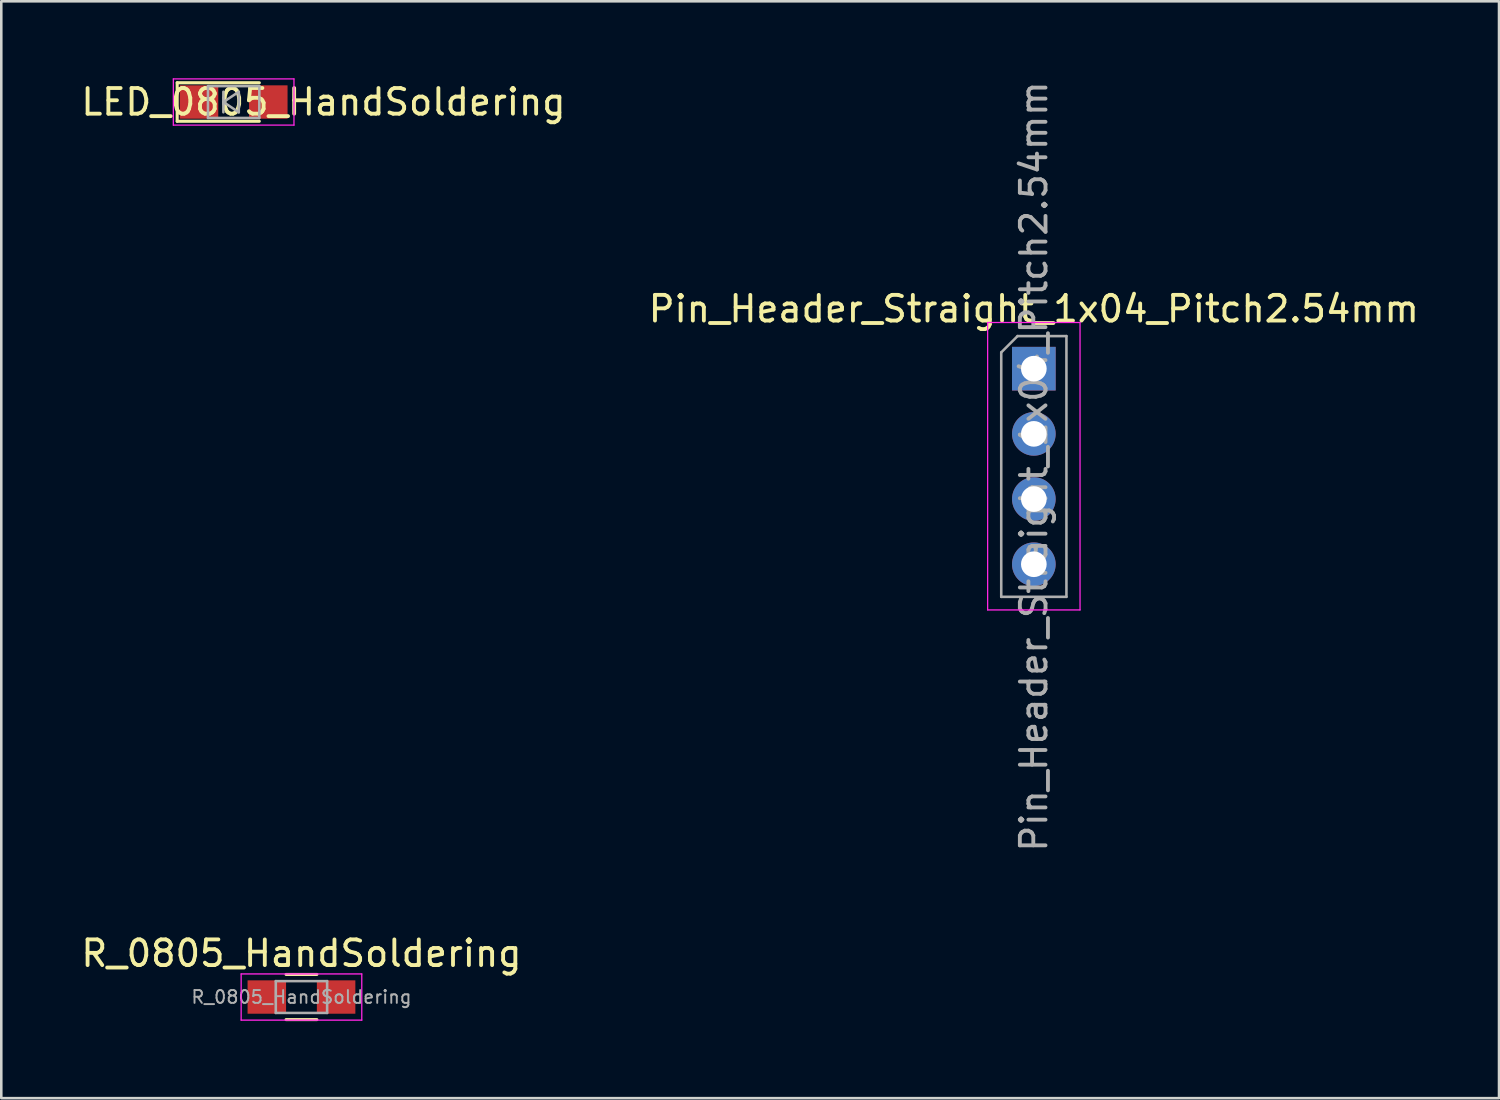
<source format=kicad_pcb>
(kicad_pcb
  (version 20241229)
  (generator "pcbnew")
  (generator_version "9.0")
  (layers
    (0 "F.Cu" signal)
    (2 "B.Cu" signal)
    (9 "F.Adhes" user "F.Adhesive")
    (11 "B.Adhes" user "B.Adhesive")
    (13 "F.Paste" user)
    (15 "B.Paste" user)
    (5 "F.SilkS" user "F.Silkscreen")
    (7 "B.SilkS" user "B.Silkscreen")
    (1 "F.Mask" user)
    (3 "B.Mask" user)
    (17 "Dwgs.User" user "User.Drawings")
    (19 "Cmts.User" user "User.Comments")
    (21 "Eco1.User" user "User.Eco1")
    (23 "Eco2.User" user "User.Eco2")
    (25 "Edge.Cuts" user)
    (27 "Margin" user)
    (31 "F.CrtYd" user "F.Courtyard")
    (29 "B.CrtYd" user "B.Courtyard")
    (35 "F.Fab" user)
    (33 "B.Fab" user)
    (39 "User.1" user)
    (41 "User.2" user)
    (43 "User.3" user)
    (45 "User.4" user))
  (footprint "R_0805_HandSoldering"
    (layer "F.Cu")
    (at 8.696 35.798)
    (property "Reference" "R_0805_HandSoldering" (at 0 -1.7 0) (layer "F.SilkS") (effects (font (size 1 1) (thickness 0.15))))
    (attr smd)
    (fp_line (start -0.6 -0.88) (end 0.6 -0.88) (stroke (width 0.12) (type solid)) (layer "F.SilkS"))
    (fp_line (start 0.6 0.88) (end -0.6 0.88) (stroke (width 0.12) (type solid)) (layer "F.SilkS"))
    (fp_line (start -2.35 -0.9) (end -2.35 0.9) (stroke (width 0.05) (type solid)) (layer "F.CrtYd"))
    (fp_line (start -2.35 -0.9) (end 2.35 -0.9) (stroke (width 0.05) (type solid)) (layer "F.CrtYd"))
    (fp_line (start 2.35 0.9) (end -2.35 0.9) (stroke (width 0.05) (type solid)) (layer "F.CrtYd"))
    (fp_line (start 2.35 0.9) (end 2.35 -0.9) (stroke (width 0.05) (type solid)) (layer "F.CrtYd"))
    (fp_line (start -1 -0.62) (end 1 -0.62) (stroke (width 0.1) (type solid)) (layer "F.Fab"))
    (fp_line (start -1 0.62) (end -1 -0.62) (stroke (width 0.1) (type solid)) (layer "F.Fab"))
    (fp_line (start 1 -0.62) (end 1 0.62) (stroke (width 0.1) (type solid)) (layer "F.Fab"))
    (fp_line (start 1 0.62) (end -1 0.62) (stroke (width 0.1) (type solid)) (layer "F.Fab"))
    (fp_text user "${REFERENCE}" (at 0 0 0) (layer "F.Fab") (effects (font (size 0.5 0.5) (thickness 0.075))))
    (pad "1" smd rect (at -1.35 0) (size 1.5 1.3) (layers "F.Cu" "F.Mask" "F.Paste"))
    (pad "2" smd rect (at 1.35 0) (size 1.5 1.3) (layers "F.Cu" "F.Mask" "F.Paste")))
  (footprint "Pin_Header_Straight_1x04_Pitch2.54mm"
    (layer "F.Cu")
    (at 37.232 11.315)
    (property "Reference" "Pin_Header_Straight_1x04_Pitch2.54mm" (at 0 -2.33 0) (layer "F.SilkS") (effects (font (size 1 1) (thickness 0.15))))
    (attr through_hole)
    (fp_line (start -1.8 -1.8) (end -1.8 9.4) (stroke (width 0.05) (type solid)) (layer "F.CrtYd"))
    (fp_line (start -1.8 9.4) (end 1.8 9.4) (stroke (width 0.05) (type solid)) (layer "F.CrtYd"))
    (fp_line (start 1.8 -1.8) (end -1.8 -1.8) (stroke (width 0.05) (type solid)) (layer "F.CrtYd"))
    (fp_line (start 1.8 9.4) (end 1.8 -1.8) (stroke (width 0.05) (type solid)) (layer "F.CrtYd"))
    (fp_line (start -1.27 -0.635) (end -0.635 -1.27) (stroke (width 0.1) (type solid)) (layer "F.Fab"))
    (fp_line (start -1.27 8.89) (end -1.27 -0.635) (stroke (width 0.1) (type solid)) (layer "F.Fab"))
    (fp_line (start -0.635 -1.27) (end 1.27 -1.27) (stroke (width 0.1) (type solid)) (layer "F.Fab"))
    (fp_line (start 1.27 -1.27) (end 1.27 8.89) (stroke (width 0.1) (type solid)) (layer "F.Fab"))
    (fp_line (start 1.27 8.89) (end -1.27 8.89) (stroke (width 0.1) (type solid)) (layer "F.Fab"))
    (fp_text user "${REFERENCE}" (at 0 3.81 90) (layer "F.Fab") (effects (font (size 1 1) (thickness 0.15))))
    (pad "1" thru_hole rect (at 0 0) (size 1.7 1.7) (drill 1) (layers "*.Cu" "*.Mask"))
    (pad "2" thru_hole oval (at 0 2.54) (size 1.7 1.7) (drill 1) (layers "*.Cu" "*.Mask"))
    (pad "3" thru_hole oval (at 0 5.08) (size 1.7 1.7) (drill 1) (layers "*.Cu" "*.Mask"))
    (pad "4" thru_hole oval (at 0 7.62) (size 1.7 1.7) (drill 1) (layers "*.Cu" "*.Mask")))
  (footprint "LED_0805_HandSoldering"
    (layer "F.Cu")
    (at 6.054 0.925)
    (property "Reference" "LED_0805_HandSoldering" (at 3.5 0 0) (layer "F.SilkS") (effects (font (size 1 1) (thickness 0.15))))
    (attr smd)
    (fp_line (start -2.2 -0.75) (end -2.2 0.75) (stroke (width 0.12) (type solid)) (layer "F.SilkS"))
    (fp_line (start -2.2 -0.75) (end 1 -0.75) (stroke (width 0.12) (type solid)) (layer "F.SilkS"))
    (fp_line (start 1 0.75) (end -2.2 0.75) (stroke (width 0.12) (type solid)) (layer "F.SilkS"))
    (fp_line (start -2.35 -0.9) (end -2.35 0.9) (stroke (width 0.05) (type solid)) (layer "F.CrtYd"))
    (fp_line (start -2.35 -0.9) (end 2.35 -0.9) (stroke (width 0.05) (type solid)) (layer "F.CrtYd"))
    (fp_line (start 2.35 0.9) (end -2.35 0.9) (stroke (width 0.05) (type solid)) (layer "F.CrtYd"))
    (fp_line (start 2.35 0.9) (end 2.35 -0.9) (stroke (width 0.05) (type solid)) (layer "F.CrtYd"))
    (fp_line (start -1 -0.62) (end 1 -0.62) (stroke (width 0.1) (type solid)) (layer "F.Fab"))
    (fp_line (start -1 0.62) (end -1 -0.62) (stroke (width 0.1) (type solid)) (layer "F.Fab"))
    (fp_line (start -0.4 -0.4) (end -0.4 0.4) (stroke (width 0.1) (type solid)) (layer "F.Fab"))
    (fp_line (start -0.4 0) (end 0.2 -0.4) (stroke (width 0.1) (type solid)) (layer "F.Fab"))
    (fp_line (start 0.2 -0.4) (end 0.2 0.4) (stroke (width 0.1) (type solid)) (layer "F.Fab"))
    (fp_line (start 0.2 0.4) (end -0.4 0) (stroke (width 0.1) (type solid)) (layer "F.Fab"))
    (fp_line (start 1 -0.62) (end 1 0.62) (stroke (width 0.1) (type solid)) (layer "F.Fab"))
    (fp_line (start 1 0.62) (end -1 0.62) (stroke (width 0.1) (type solid)) (layer "F.Fab"))
    (pad "1" smd rect (at -1.35 0) (size 1.5 1.3) (layers "F.Cu" "F.Mask" "F.Paste"))
    (pad "2" smd rect (at 1.35 0) (size 1.5 1.3) (layers "F.Cu" "F.Mask" "F.Paste")))
  (gr_rect
    (start -3 -3)
    (end 55.357 39.738)
    (stroke (width 0.1) (type default))
    (fill no)
    (layer "Edge.Cuts")))
</source>
